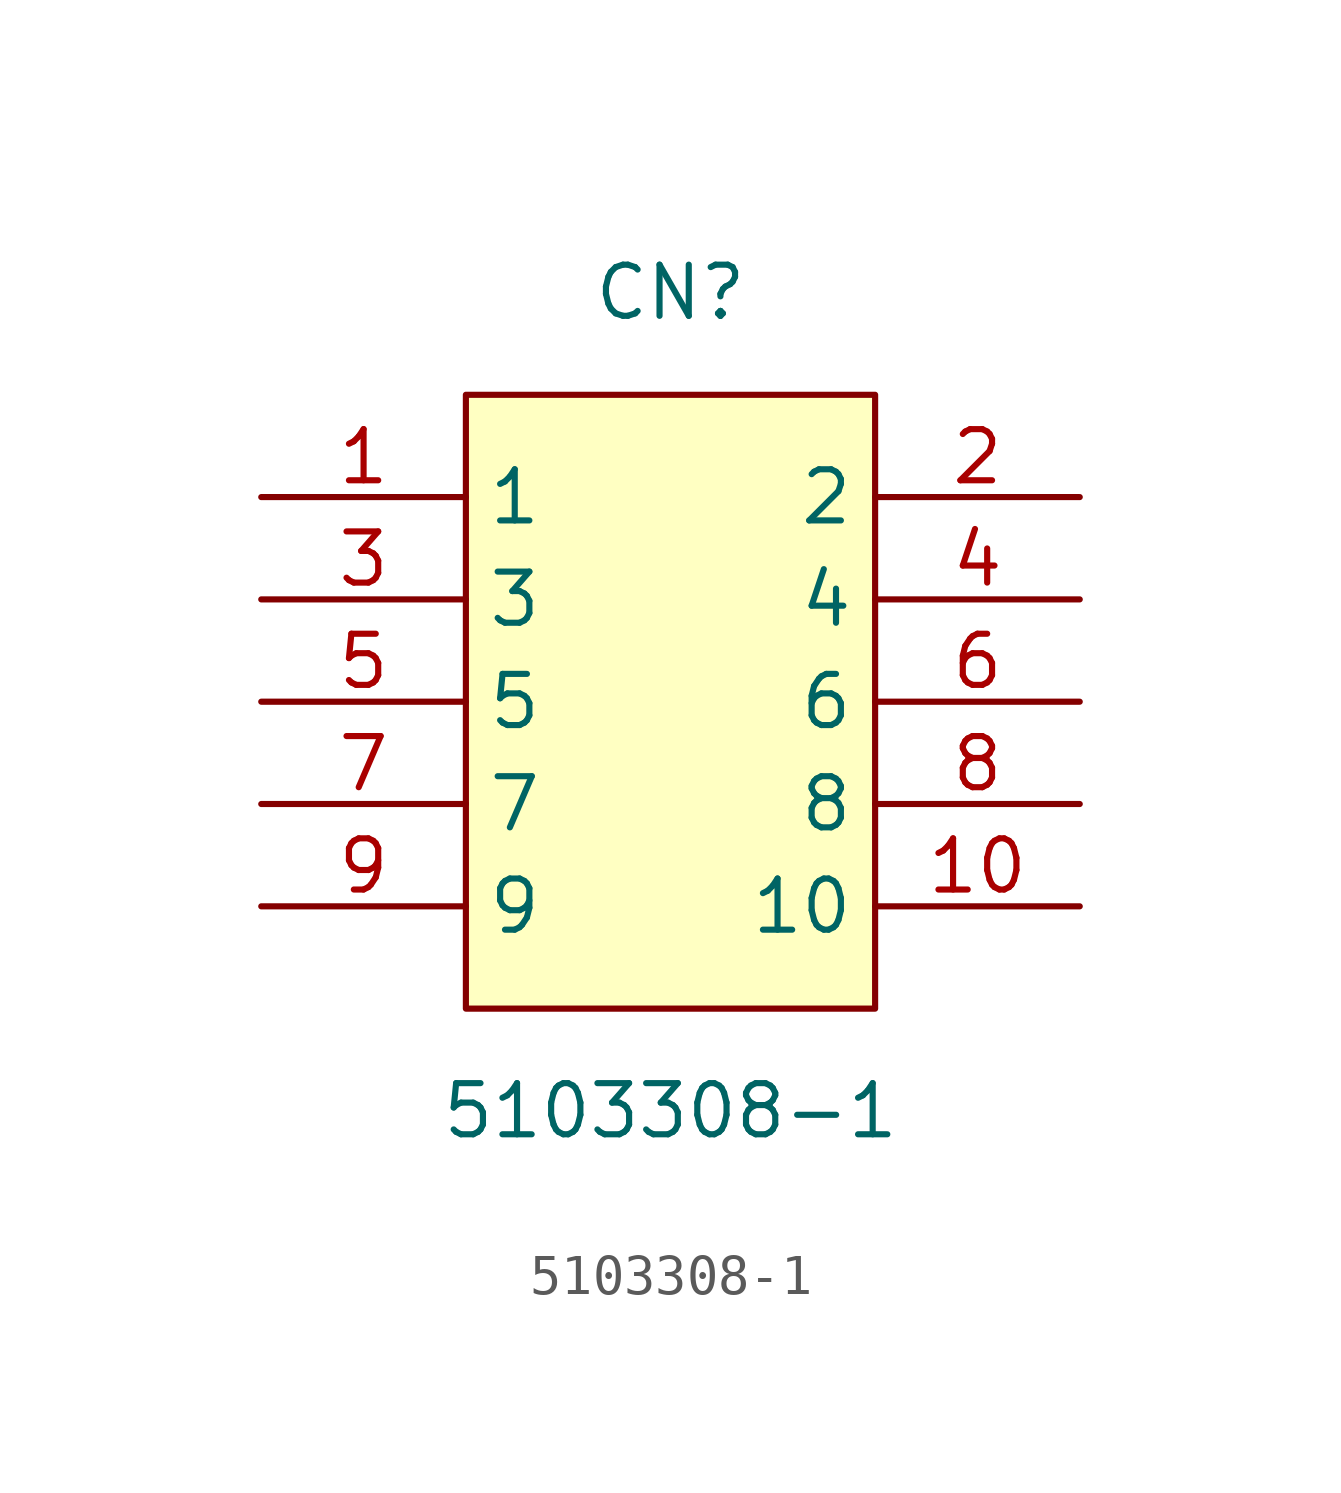
<source format=kicad_sym>
(kicad_symbol_lib
  (version 20211014)
  (generator https://github.com/uPesy/easyeda2kicad.py)
  (symbol "5103308-1"
    (property "Reference" "CN"
      (at 0 10.16 0)
      (effects (font (size 1.27 1.27))))
    (property "Value" "5103308-1"
      (at 0 -10.16 0)
      (effects (font (size 1.27 1.27))))
    (symbol "5103308-1_0_1"
      (rectangle (start -5.08 7.62) (end 5.08 -7.62) (stroke (width 0) (type default) (color 0 0 0 0)) (fill (type background)))
      (pin unspecified line (at -10.16 5.08 0) (length 5.08) (name "1" (effects (font (size 1.27 1.27)))) (number "1" (effects (font (size 1.27 1.27)))))
      (pin unspecified line (at 10.16 5.08 180) (length 5.08) (name "2" (effects (font (size 1.27 1.27)))) (number "2" (effects (font (size 1.27 1.27)))))
      (pin unspecified line (at -10.16 2.54 0) (length 5.08) (name "3" (effects (font (size 1.27 1.27)))) (number "3" (effects (font (size 1.27 1.27)))))
      (pin unspecified line (at 10.16 2.54 180) (length 5.08) (name "4" (effects (font (size 1.27 1.27)))) (number "4" (effects (font (size 1.27 1.27)))))
      (pin unspecified line (at -10.16 -0.00 0) (length 5.08) (name "5" (effects (font (size 1.27 1.27)))) (number "5" (effects (font (size 1.27 1.27)))))
      (pin unspecified line (at 10.16 -0.00 180) (length 5.08) (name "6" (effects (font (size 1.27 1.27)))) (number "6" (effects (font (size 1.27 1.27)))))
      (pin unspecified line (at -10.16 -2.54 0) (length 5.08) (name "7" (effects (font (size 1.27 1.27)))) (number "7" (effects (font (size 1.27 1.27)))))
      (pin unspecified line (at 10.16 -2.54 180) (length 5.08) (name "8" (effects (font (size 1.27 1.27)))) (number "8" (effects (font (size 1.27 1.27)))))
      (pin unspecified line (at -10.16 -5.08 0) (length 5.08) (name "9" (effects (font (size 1.27 1.27)))) (number "9" (effects (font (size 1.27 1.27)))))
      (pin unspecified line (at 10.16 -5.08 180) (length 5.08) (name "10" (effects (font (size 1.27 1.27)))) (number "10" (effects (font (size 1.27 1.27))))))))
</source>
